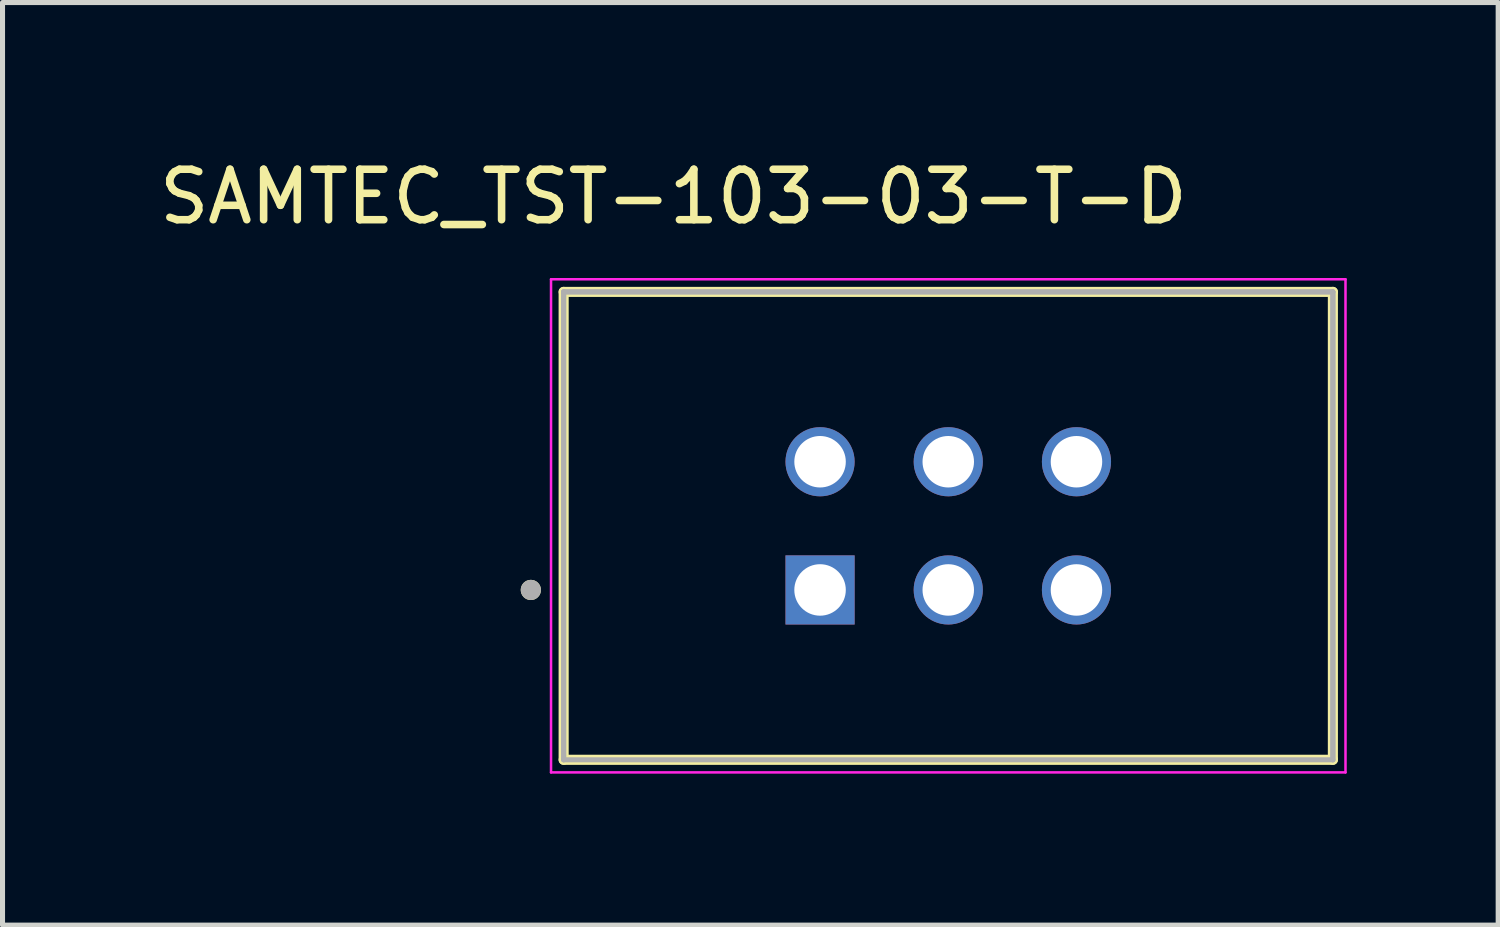
<source format=kicad_pcb>
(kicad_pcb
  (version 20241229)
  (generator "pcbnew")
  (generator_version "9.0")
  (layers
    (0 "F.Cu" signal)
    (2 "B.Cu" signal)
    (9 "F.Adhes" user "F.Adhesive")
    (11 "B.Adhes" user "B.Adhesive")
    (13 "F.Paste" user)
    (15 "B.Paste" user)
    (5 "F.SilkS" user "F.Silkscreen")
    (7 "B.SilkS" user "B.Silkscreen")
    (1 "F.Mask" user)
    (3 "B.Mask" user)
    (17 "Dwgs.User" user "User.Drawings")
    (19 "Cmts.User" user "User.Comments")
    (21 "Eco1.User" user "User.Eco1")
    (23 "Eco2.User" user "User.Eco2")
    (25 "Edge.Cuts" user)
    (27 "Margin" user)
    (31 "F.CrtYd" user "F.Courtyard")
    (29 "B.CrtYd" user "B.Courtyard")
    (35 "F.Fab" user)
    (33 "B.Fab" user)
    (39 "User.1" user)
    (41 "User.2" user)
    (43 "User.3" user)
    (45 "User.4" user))
  (footprint "SAMTEC_TST-103-03-T-D"
    (layer "F.Cu")
    (at 13.197 8.638)
    (property "Reference" "SAMTEC_TST-103-03-T-D" (at -2.905 -7.79 0) (layer "F.SilkS") (effects (font (size 1 1) (thickness 0.15))))
    (attr through_hole)
    (fp_line (start -5.08 3.365) (end -5.08 -5.905) (stroke (width 0.2) (type solid)) (layer "F.SilkS"))
    (fp_line (start 10.16 -5.905) (end -5.08 -5.905) (stroke (width 0.2) (type solid)) (layer "F.SilkS"))
    (fp_line (start 10.16 -5.905) (end 10.16 3.365) (stroke (width 0.2) (type solid)) (layer "F.SilkS"))
    (fp_line (start 10.16 3.365) (end -5.08 3.365) (stroke (width 0.2) (type solid)) (layer "F.SilkS"))
    (fp_circle (center -5.73 0) (end -5.63 0) (stroke (width 0.2) (type solid)) (fill no) (layer "F.SilkS"))
    (fp_line (start -5.33 -6.155) (end 10.41 -6.155) (stroke (width 0.05) (type solid)) (layer "F.CrtYd"))
    (fp_line (start -5.33 3.615) (end -5.33 -6.155) (stroke (width 0.05) (type solid)) (layer "F.CrtYd"))
    (fp_line (start 10.41 -6.155) (end 10.41 3.615) (stroke (width 0.05) (type solid)) (layer "F.CrtYd"))
    (fp_line (start 10.41 3.615) (end -5.33 3.615) (stroke (width 0.05) (type solid)) (layer "F.CrtYd"))
    (fp_line (start -5.08 -5.905) (end 10.16 -5.905) (stroke (width 0.1) (type solid)) (layer "F.Fab"))
    (fp_line (start -5.08 -5.905) (end 10.16 -5.905) (stroke (width 0.1) (type solid)) (layer "F.Fab"))
    (fp_line (start -5.08 3.365) (end -5.08 -5.905) (stroke (width 0.1) (type solid)) (layer "F.Fab"))
    (fp_line (start -5.08 3.365) (end -5.08 -5.905) (stroke (width 0.1) (type solid)) (layer "F.Fab"))
    (fp_line (start 10.16 -5.905) (end 10.16 3.365) (stroke (width 0.1) (type solid)) (layer "F.Fab"))
    (fp_line (start 10.16 -5.905) (end 10.16 3.365) (stroke (width 0.1) (type solid)) (layer "F.Fab"))
    (fp_line (start 10.16 3.365) (end -5.08 3.365) (stroke (width 0.1) (type solid)) (layer "F.Fab"))
    (fp_circle (center -5.73 0) (end -5.63 0) (stroke (width 0.2) (type solid)) (fill no) (layer "F.Fab"))
    (pad "01" thru_hole rect (at 0 0) (size 1.37 1.37) (drill 1.02) (layers "*.Cu" "*.Mask"))
    (pad "02" thru_hole circle (at 0 -2.54) (size 1.37 1.37) (drill 1.02) (layers "*.Cu" "*.Mask"))
    (pad "03" thru_hole circle (at 2.54 0) (size 1.37 1.37) (drill 1.02) (layers "*.Cu" "*.Mask"))
    (pad "04" thru_hole circle (at 2.54 -2.54) (size 1.37 1.37) (drill 1.02) (layers "*.Cu" "*.Mask"))
    (pad "05" thru_hole circle (at 5.08 0) (size 1.37 1.37) (drill 1.02) (layers "*.Cu" "*.Mask"))
    (pad "06" thru_hole circle (at 5.08 -2.54) (size 1.37 1.37) (drill 1.02) (layers "*.Cu" "*.Mask")))
  (gr_rect
    (start -3 -3)
    (end 26.632 15.278)
    (stroke (width 0.1) (type default))
    (fill no)
    (layer "Edge.Cuts")))
</source>
